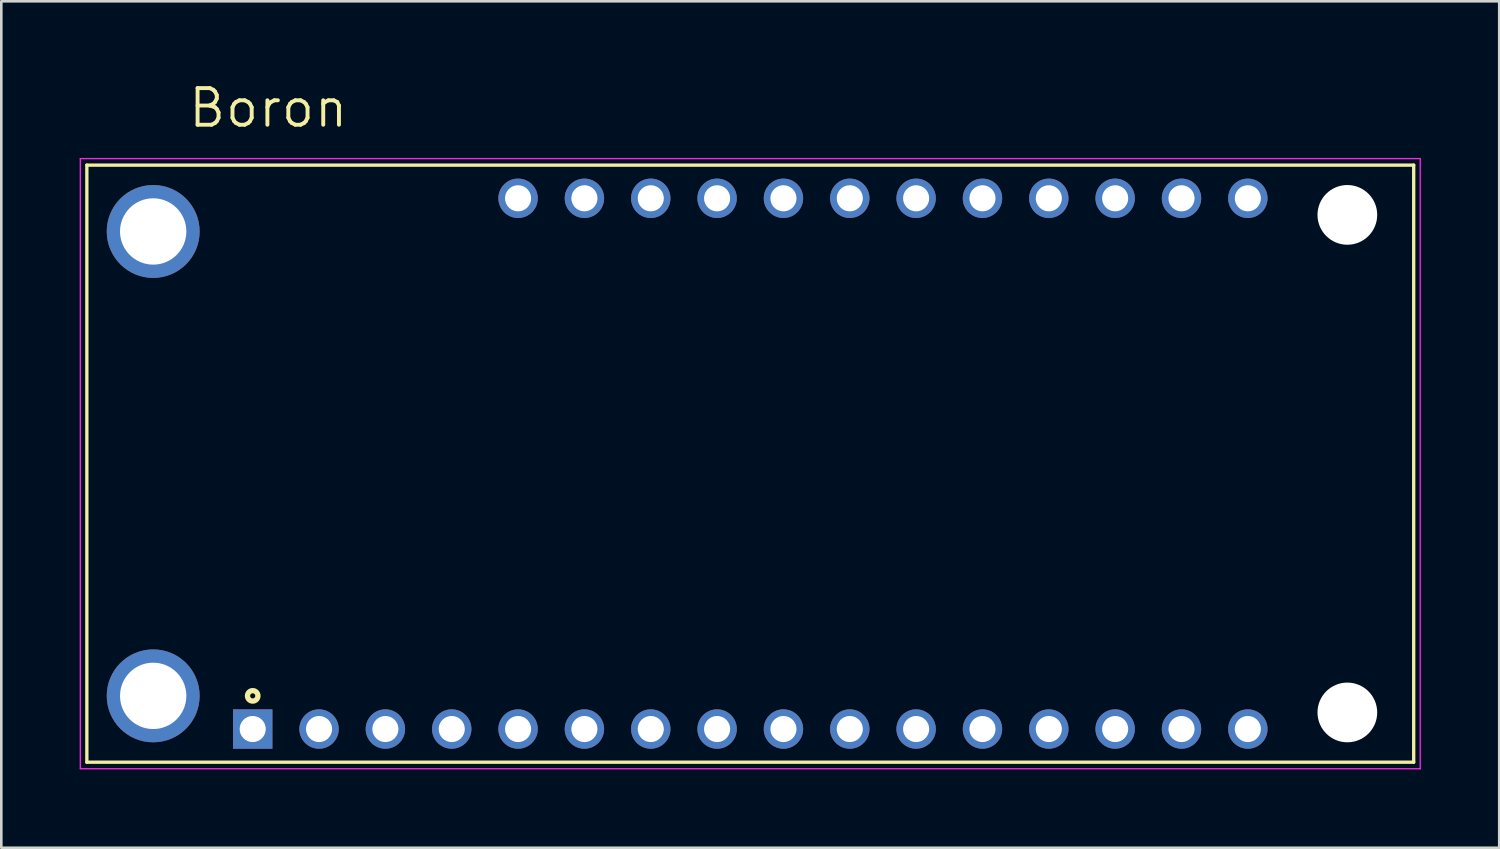
<source format=kicad_pcb>
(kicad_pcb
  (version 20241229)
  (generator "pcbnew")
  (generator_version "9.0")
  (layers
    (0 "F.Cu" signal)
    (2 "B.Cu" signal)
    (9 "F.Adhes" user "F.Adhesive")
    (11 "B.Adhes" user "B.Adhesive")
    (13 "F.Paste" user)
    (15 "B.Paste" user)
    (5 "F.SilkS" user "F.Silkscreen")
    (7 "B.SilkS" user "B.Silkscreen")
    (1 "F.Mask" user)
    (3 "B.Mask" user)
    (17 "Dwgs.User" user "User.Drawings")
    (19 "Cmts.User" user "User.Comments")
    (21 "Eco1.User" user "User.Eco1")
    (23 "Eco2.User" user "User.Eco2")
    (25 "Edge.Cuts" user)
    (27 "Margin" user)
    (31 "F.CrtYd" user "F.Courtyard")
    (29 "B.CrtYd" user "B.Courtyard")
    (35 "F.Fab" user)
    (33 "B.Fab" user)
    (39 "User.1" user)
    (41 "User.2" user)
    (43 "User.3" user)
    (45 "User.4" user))
  (footprint "Boron"
    (layer "F.Cu")
    (at 25.675 14.702)
    (property "Reference" "Boron" (at -18.454 -13.618 0) (layer "F.SilkS") (effects (font (size 1.403 1.403) (thickness 0.15))))
    (attr through_hole)
    (fp_line (start -25.4 -11.43) (end 25.4 -11.43) (stroke (width 0.127) (type solid)) (layer "F.SilkS"))
    (fp_line (start -25.4 11.43) (end -25.4 -11.43) (stroke (width 0.127) (type solid)) (layer "F.SilkS"))
    (fp_line (start 25.4 -11.43) (end 25.4 11.43) (stroke (width 0.127) (type solid)) (layer "F.SilkS"))
    (fp_line (start 25.4 11.43) (end -25.4 11.43) (stroke (width 0.127) (type solid)) (layer "F.SilkS"))
    (fp_circle (center -19.05 8.89) (end -18.85 8.89) (stroke (width 0.203) (type solid)) (fill no) (layer "F.SilkS"))
    (fp_line (start -25.65 -11.68) (end 25.65 -11.68) (stroke (width 0.05) (type solid)) (layer "F.CrtYd"))
    (fp_line (start -25.65 11.68) (end -25.65 -11.68) (stroke (width 0.05) (type solid)) (layer "F.CrtYd"))
    (fp_line (start 25.65 -11.68) (end 25.65 11.68) (stroke (width 0.05) (type solid)) (layer "F.CrtYd"))
    (fp_line (start 25.65 11.68) (end -25.65 11.68) (stroke (width 0.05) (type solid)) (layer "F.CrtYd"))
    (pad "" np_thru_hole circle (at 22.86 -9.525) (size 2.286 2.286) (drill 2.286) (layers "*.Cu" "*.Mask"))
    (pad "" np_thru_hole circle (at 22.86 9.525) (size 2.286 2.286) (drill 2.286) (layers "*.Cu" "*.Mask"))
    (pad "3V3" thru_hole circle (at -16.51 10.16) (size 1.508 1.508) (drill 1) (layers "*.Cu" "*.Mask"))
    (pad "A0" thru_hole circle (at -8.89 10.16) (size 1.508 1.508) (drill 1) (layers "*.Cu" "*.Mask"))
    (pad "A1" thru_hole circle (at -6.35 10.16) (size 1.508 1.508) (drill 1) (layers "*.Cu" "*.Mask"))
    (pad "A2" thru_hole circle (at -3.81 10.16) (size 1.508 1.508) (drill 1) (layers "*.Cu" "*.Mask"))
    (pad "A3" thru_hole circle (at -1.27 10.16) (size 1.508 1.508) (drill 1) (layers "*.Cu" "*.Mask"))
    (pad "A4" thru_hole circle (at 1.27 10.16) (size 1.508 1.508) (drill 1) (layers "*.Cu" "*.Mask"))
    (pad "A5" thru_hole circle (at 3.81 10.16) (size 1.508 1.508) (drill 1) (layers "*.Cu" "*.Mask"))
    (pad "D2" thru_hole circle (at 13.97 -10.16) (size 1.508 1.508) (drill 1) (layers "*.Cu" "*.Mask"))
    (pad "D3" thru_hole circle (at 11.43 -10.16) (size 1.508 1.508) (drill 1) (layers "*.Cu" "*.Mask"))
    (pad "D4" thru_hole circle (at 8.89 -10.16) (size 1.508 1.508) (drill 1) (layers "*.Cu" "*.Mask"))
    (pad "D5" thru_hole circle (at 6.35 -10.16) (size 1.508 1.508) (drill 1) (layers "*.Cu" "*.Mask"))
    (pad "D6" thru_hole circle (at 3.81 -10.16) (size 1.508 1.508) (drill 1) (layers "*.Cu" "*.Mask"))
    (pad "D7" thru_hole circle (at 1.27 -10.16) (size 1.508 1.508) (drill 1) (layers "*.Cu" "*.Mask"))
    (pad "D8" thru_hole circle (at -1.27 -10.16) (size 1.508 1.508) (drill 1) (layers "*.Cu" "*.Mask"))
    (pad "EN" thru_hole circle (at -6.35 -10.16) (size 1.508 1.508) (drill 1) (layers "*.Cu" "*.Mask"))
    (pad "GND" thru_hole circle (at -11.43 10.16) (size 1.508 1.508) (drill 1) (layers "*.Cu" "*.Mask"))
    (pad "LI+" thru_hole circle (at -8.89 -10.16) (size 1.508 1.508) (drill 1) (layers "*.Cu" "*.Mask"))
    (pad "MD" thru_hole circle (at -13.97 10.16) (size 1.508 1.508) (drill 1) (layers "*.Cu" "*.Mask"))
    (pad "MI" thru_hole circle (at 11.43 10.16) (size 1.508 1.508) (drill 1) (layers "*.Cu" "*.Mask"))
    (pad "MO" thru_hole circle (at 8.89 10.16) (size 1.508 1.508) (drill 1) (layers "*.Cu" "*.Mask"))
    (pad "NC" thru_hole circle (at 19.05 10.16) (size 1.508 1.508) (drill 1) (layers "*.Cu" "*.Mask"))
    (pad "RESET" thru_hole rect (at -19.05 10.16) (size 1.508 1.508) (drill 1) (layers "*.Cu" "*.Mask"))
    (pad "RX" thru_hole circle (at 13.97 10.16) (size 1.508 1.508) (drill 1) (layers "*.Cu" "*.Mask"))
    (pad "S1" thru_hole circle (at -22.86 8.89) (size 3.556 3.556) (drill 2.54) (layers "*.Cu" "*.Mask"))
    (pad "S2" thru_hole circle (at -22.86 -8.89) (size 3.556 3.556) (drill 2.54) (layers "*.Cu" "*.Mask"))
    (pad "SCK" thru_hole circle (at 6.35 10.16) (size 1.508 1.508) (drill 1) (layers "*.Cu" "*.Mask"))
    (pad "SCL" thru_hole circle (at 16.51 -10.16) (size 1.508 1.508) (drill 1) (layers "*.Cu" "*.Mask"))
    (pad "SDA" thru_hole circle (at 19.05 -10.16) (size 1.508 1.508) (drill 1) (layers "*.Cu" "*.Mask"))
    (pad "TX" thru_hole circle (at 16.51 10.16) (size 1.508 1.508) (drill 1) (layers "*.Cu" "*.Mask"))
    (pad "VUSB" thru_hole circle (at -3.81 -10.16) (size 1.508 1.508) (drill 1) (layers "*.Cu" "*.Mask")))
  (gr_rect
    (start -3 -3)
    (end 54.35 29.407)
    (stroke (width 0.1) (type default))
    (fill no)
    (layer "Edge.Cuts")))
</source>
